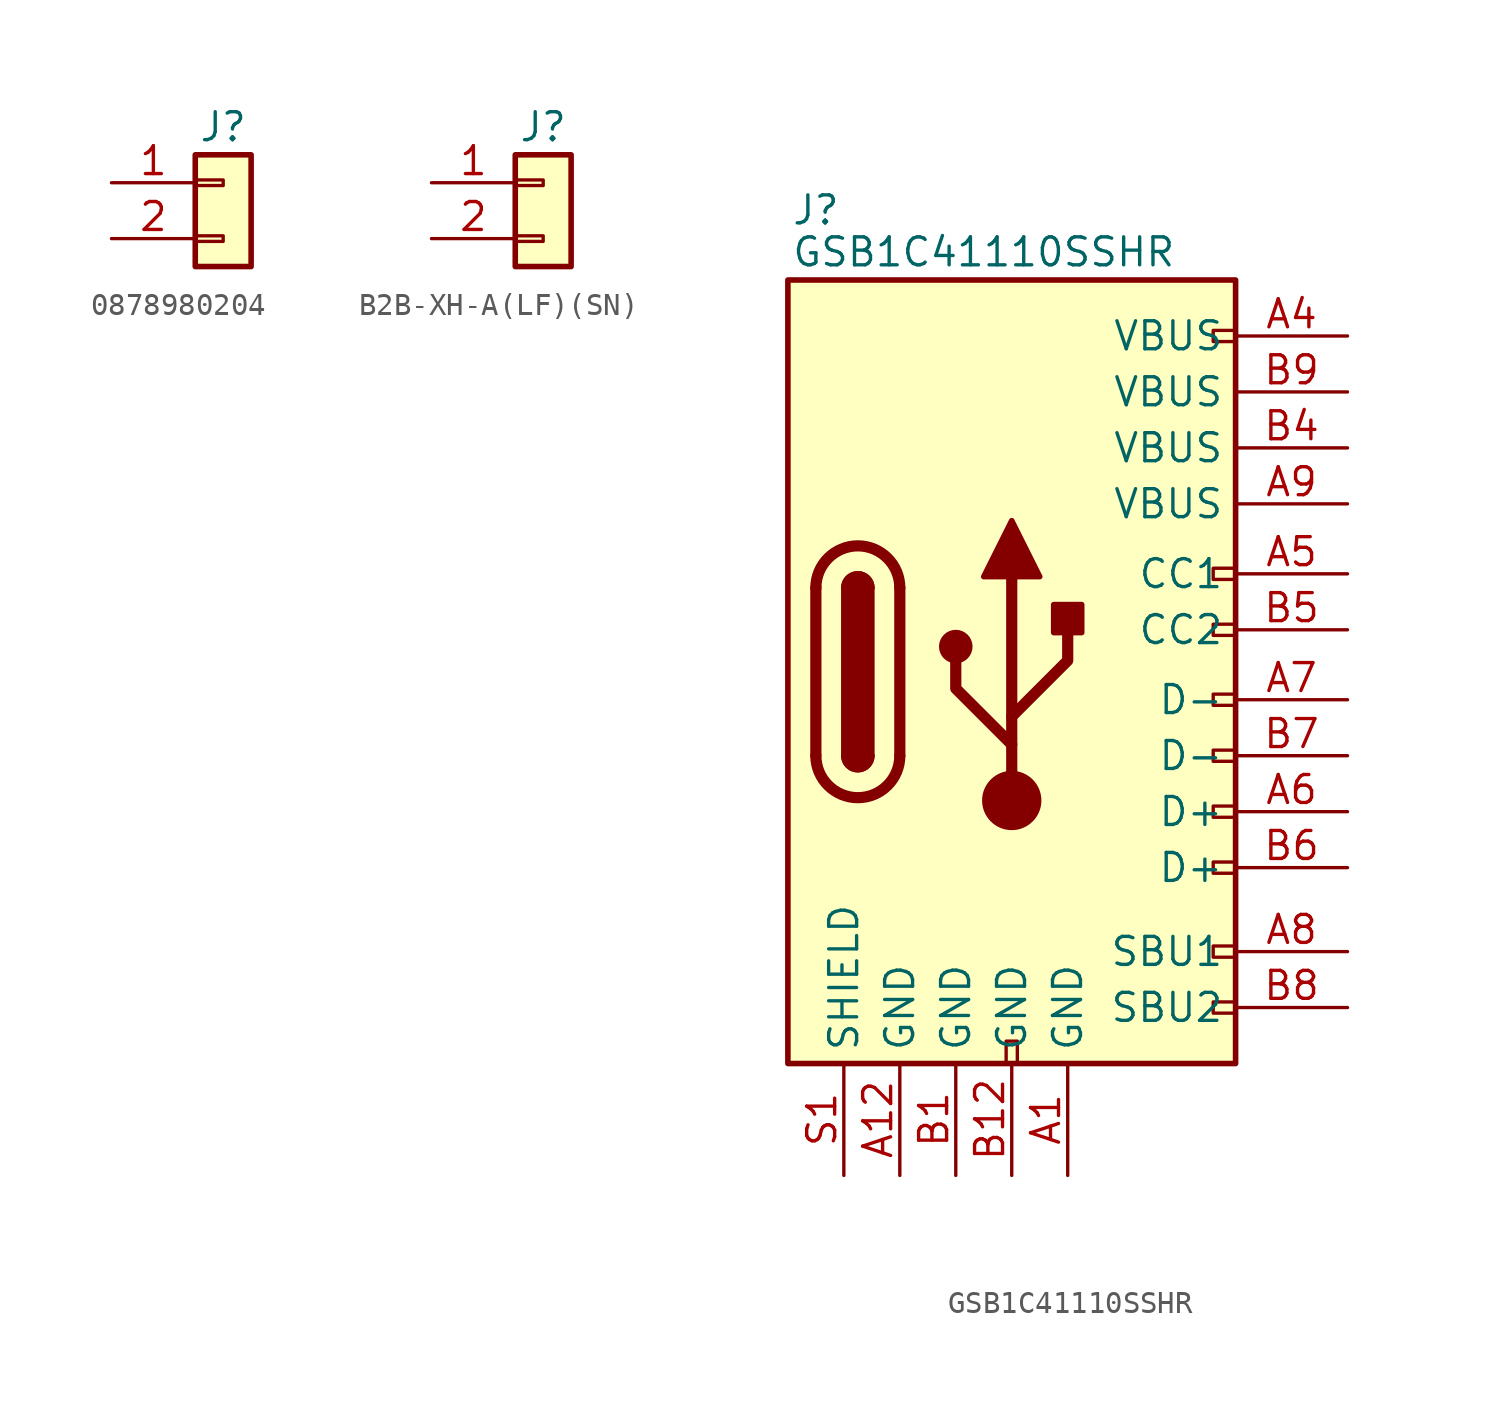
<source format=kicad_sym>
(kicad_symbol_lib
  (version 20220914)
  (generator kicad_symbol_editor)
  (symbol "0878980204"
    (pin_names
      (offset 1.016) hide)
    (property "Reference" "J"
      (at 0 2.54 0)
      (effects (font (size 1.27 1.27))))
    (symbol "0878980204_1_1"
      (rectangle (start -1.27 -2.413) (end 0 -2.667) (stroke (width 0.152) (type default)) (fill (type none)))
      (rectangle (start -1.27 0.127) (end 0 -0.127) (stroke (width 0.152) (type default)) (fill (type none)))
      (rectangle (start -1.27 1.27) (end 1.27 -3.81) (stroke (width 0.254) (type default)) (fill (type background)))
      (pin passive line (at -5.08 0 0) (length 3.81) (name "Pin_1" (effects (font (size 1.27 1.27)))) (number "1" (effects (font (size 1.27 1.27)))))
      (pin passive line (at -5.08 -2.54 0) (length 3.81) (name "Pin_2" (effects (font (size 1.27 1.27)))) (number "2" (effects (font (size 1.27 1.27)))))))
  (symbol "B2B-XH-A(LF)(SN)"
    (pin_names
      (offset 1.016) hide)
    (property "Reference" "J"
      (at 0 2.54 0)
      (effects (font (size 1.27 1.27))))
    (symbol "B2B-XH-A(LF)(SN)_1_1"
      (rectangle (start -1.27 -2.413) (end 0 -2.667) (stroke (width 0.152) (type default)) (fill (type none)))
      (rectangle (start -1.27 0.127) (end 0 -0.127) (stroke (width 0.152) (type default)) (fill (type none)))
      (rectangle (start -1.27 1.27) (end 1.27 -3.81) (stroke (width 0.254) (type default)) (fill (type background)))
      (pin passive line (at -5.08 0 0) (length 3.81) (name "Pin_1" (effects (font (size 1.27 1.27)))) (number "1" (effects (font (size 1.27 1.27)))))
      (pin passive line (at -5.08 -2.54 0) (length 3.81) (name "Pin_2" (effects (font (size 1.27 1.27)))) (number "2" (effects (font (size 1.27 1.27)))))))
  (symbol "GSB1C41110SSHR"
    (property "Reference" "J"
      (at 1.27 3.175 0)
      (effects (font (size 1.27 1.27))))
    (property "Value" "GSB1C41110SSHR"
      (at 8.89 1.27 0)
      (effects (font (size 1.27 1.27))))
    (symbol "GSB1C41110SSHR_0_0"
      (rectangle (start 9.906 -34.544) (end 10.414 -35.56) (stroke (width 0) (type default)) (fill (type none)))
      (rectangle (start 20.32 -32.766) (end 19.304 -33.274) (stroke (width 0) (type default)) (fill (type none)))
      (rectangle (start 20.32 -30.226) (end 19.304 -30.734) (stroke (width 0) (type default)) (fill (type none)))
      (rectangle (start 20.32 -26.416) (end 19.304 -26.924) (stroke (width 0) (type default)) (fill (type none)))
      (rectangle (start 20.32 -23.876) (end 19.304 -24.384) (stroke (width 0) (type default)) (fill (type none)))
      (rectangle (start 20.32 -21.336) (end 19.304 -21.844) (stroke (width 0) (type default)) (fill (type none)))
      (rectangle (start 20.32 -18.796) (end 19.304 -19.304) (stroke (width 0) (type default)) (fill (type none)))
      (rectangle (start 20.32 -15.621) (end 19.304 -16.129) (stroke (width 0) (type default)) (fill (type none)))
      (rectangle (start 20.32 -13.081) (end 19.304 -13.589) (stroke (width 0) (type default)) (fill (type none)))
      (rectangle (start 20.32 -2.286) (end 19.304 -2.794) (stroke (width 0) (type default)) (fill (type none))))
    (symbol "GSB1C41110SSHR_0_1"
      (polyline (pts (xy 1.27 -21.59) (xy 1.27 -13.97)) (stroke (width 0.508) (type default)) (fill (type none)))
      (polyline (pts (xy 5.08 -13.97) (xy 5.08 -21.59)) (stroke (width 0.508) (type default)) (fill (type none)))
      (polyline (pts (xy 10.16 -23.622) (xy 10.16 -13.462)) (stroke (width 0.508) (type default)) (fill (type none)))
      (polyline (pts (xy 10.16 -21.082) (xy 7.62 -18.542) (xy 7.62 -17.272)) (stroke (width 0.508) (type default)) (fill (type none)))
      (polyline (pts (xy 10.16 -19.812) (xy 12.7 -17.272) (xy 12.7 -16.002)) (stroke (width 0.508) (type default)) (fill (type none)))
      (polyline (pts (xy 8.89 -13.462) (xy 10.16 -10.922) (xy 11.43 -13.462) (xy 8.89 -13.462)) (stroke (width 0.254) (type default)) (fill (type outline)))
      (rectangle (start 0 0) (end 20.32 -35.56) (stroke (width 0.254) (type default)) (fill (type background)))
      (arc (start 1.27 -21.59) (mid 3.175 -23.4867) (end 5.08 -21.59) (stroke (width 0.508) (type default)) (fill (type none)))
      (arc (start 2.54 -21.59) (mid 3.175 -22.2223) (end 3.81 -21.59) (stroke (width 0.254) (type default)) (fill (type none)))
      (arc (start 2.54 -21.59) (mid 3.175 -22.2223) (end 3.81 -21.59) (stroke (width 0.254) (type default)) (fill (type outline)))
      (rectangle (start 2.54 -21.59) (end 3.81 -13.97) (stroke (width 0.254) (type default)) (fill (type outline)))
      (arc (start 3.81 -13.97) (mid 3.175 -13.3377) (end 2.54 -13.97) (stroke (width 0.254) (type default)) (fill (type none)))
      (arc (start 3.81 -13.97) (mid 3.175 -13.3377) (end 2.54 -13.97) (stroke (width 0.254) (type default)) (fill (type outline)))
      (arc (start 5.08 -13.97) (mid 3.175 -12.0733) (end 1.27 -13.97) (stroke (width 0.508) (type default)) (fill (type none)))
      (circle (center 7.62 -16.637) (radius 0.635) (stroke (width 0.254) (type default)) (fill (type outline)))
      (circle (center 10.16 -23.622) (radius 1.27) (stroke (width 0) (type default)) (fill (type outline)))
      (rectangle (start 12.065 -16.002) (end 13.335 -14.732) (stroke (width 0.254) (type default)) (fill (type outline))))
    (symbol "GSB1C41110SSHR_1_1"
      (pin passive line (at 12.7 -40.64 90) (length 5.08) (name "GND" (effects (font (size 1.27 1.27)))) (number "A1" (effects (font (size 1.27 1.27)))))
      (pin passive line (at 5.08 -40.64 90) (length 5.08) (name "GND" (effects (font (size 1.27 1.27)))) (number "A12" (effects (font (size 1.27 1.27)))))
      (pin passive line (at 25.4 -2.54 180) (length 5.08) (name "VBUS" (effects (font (size 1.27 1.27)))) (number "A4" (effects (font (size 1.27 1.27)))))
      (pin bidirectional line (at 25.4 -13.335 180) (length 5.08) (name "CC1" (effects (font (size 1.27 1.27)))) (number "A5" (effects (font (size 1.27 1.27)))))
      (pin bidirectional line (at 25.4 -24.13 180) (length 5.08) (name "D+" (effects (font (size 1.27 1.27)))) (number "A6" (effects (font (size 1.27 1.27)))))
      (pin bidirectional line (at 25.4 -19.05 180) (length 5.08) (name "D-" (effects (font (size 1.27 1.27)))) (number "A7" (effects (font (size 1.27 1.27)))))
      (pin bidirectional line (at 25.4 -30.48 180) (length 5.08) (name "SBU1" (effects (font (size 1.27 1.27)))) (number "A8" (effects (font (size 1.27 1.27)))))
      (pin passive line (at 25.4 -10.16 180) (length 5.08) (name "VBUS" (effects (font (size 1.27 1.27)))) (number "A9" (effects (font (size 1.27 1.27)))))
      (pin passive line (at 7.62 -40.64 90) (length 5.08) (name "GND" (effects (font (size 1.27 1.27)))) (number "B1" (effects (font (size 1.27 1.27)))))
      (pin passive line (at 10.16 -40.64 90) (length 5.08) (name "GND" (effects (font (size 1.27 1.27)))) (number "B12" (effects (font (size 1.27 1.27)))))
      (pin passive line (at 25.4 -7.62 180) (length 5.08) (name "VBUS" (effects (font (size 1.27 1.27)))) (number "B4" (effects (font (size 1.27 1.27)))))
      (pin bidirectional line (at 25.4 -15.875 180) (length 5.08) (name "CC2" (effects (font (size 1.27 1.27)))) (number "B5" (effects (font (size 1.27 1.27)))))
      (pin bidirectional line (at 25.4 -26.67 180) (length 5.08) (name "D+" (effects (font (size 1.27 1.27)))) (number "B6" (effects (font (size 1.27 1.27)))))
      (pin bidirectional line (at 25.4 -21.59 180) (length 5.08) (name "D-" (effects (font (size 1.27 1.27)))) (number "B7" (effects (font (size 1.27 1.27)))))
      (pin bidirectional line (at 25.4 -33.02 180) (length 5.08) (name "SBU2" (effects (font (size 1.27 1.27)))) (number "B8" (effects (font (size 1.27 1.27)))))
      (pin passive line (at 25.4 -5.08 180) (length 5.08) (name "VBUS" (effects (font (size 1.27 1.27)))) (number "B9" (effects (font (size 1.27 1.27)))))
      (pin passive line (at 2.54 -40.64 90) (length 5.08) (name "SHIELD" (effects (font (size 1.27 1.27)))) (number "S1" (effects (font (size 1.27 1.27))))))))
</source>
